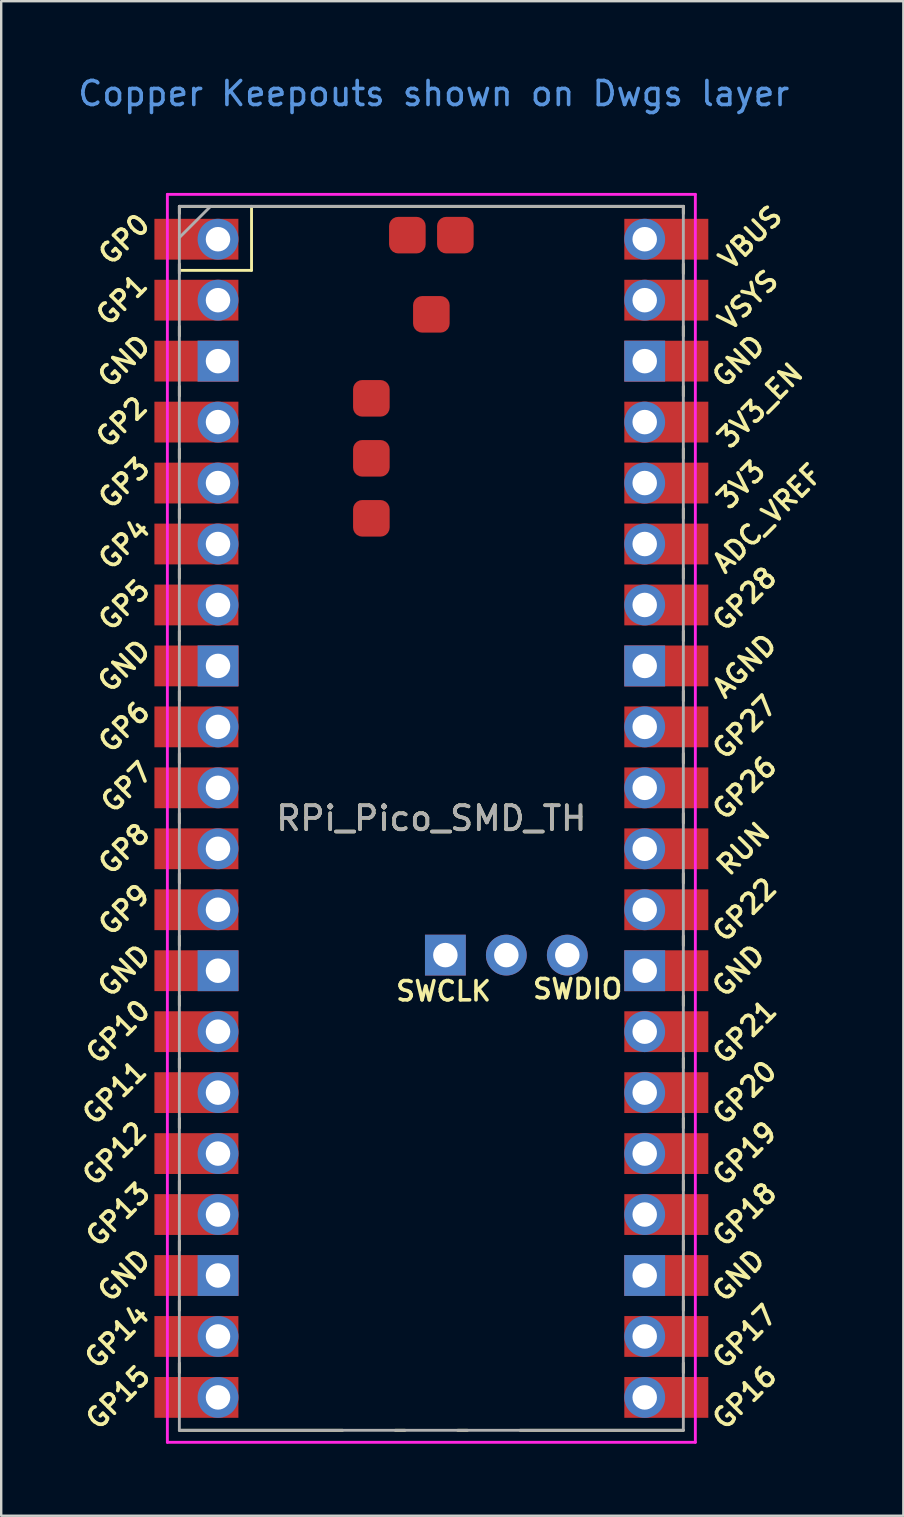
<source format=kicad_pcb>
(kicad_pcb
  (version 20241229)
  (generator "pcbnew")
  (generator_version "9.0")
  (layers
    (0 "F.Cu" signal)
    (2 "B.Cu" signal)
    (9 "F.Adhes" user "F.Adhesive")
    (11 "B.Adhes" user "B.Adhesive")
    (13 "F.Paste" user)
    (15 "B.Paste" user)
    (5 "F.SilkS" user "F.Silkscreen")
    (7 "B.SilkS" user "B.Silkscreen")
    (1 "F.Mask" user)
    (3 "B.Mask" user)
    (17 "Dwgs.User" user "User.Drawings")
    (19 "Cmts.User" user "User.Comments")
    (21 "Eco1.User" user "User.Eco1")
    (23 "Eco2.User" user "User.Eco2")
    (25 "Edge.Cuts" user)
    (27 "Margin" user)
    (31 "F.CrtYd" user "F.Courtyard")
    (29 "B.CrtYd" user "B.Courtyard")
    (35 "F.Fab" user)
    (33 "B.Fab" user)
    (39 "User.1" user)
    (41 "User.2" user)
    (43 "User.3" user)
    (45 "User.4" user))
  (footprint "RPi_Pico_SMD_TH"
    (layer "F.Cu")
    (at 14.924 31.048)
    (property "Reference" "RPi_Pico_SMD_TH" (at 0 0 0) (layer "F.SilkS") (effects (font (size 1 1) (thickness 0.15))))
    (attr through_hole)
    (fp_line (start -10.5 -25.5) (end -10.5 -25.2) (stroke (width 0.12) (type solid)) (layer "F.SilkS"))
    (fp_line (start -10.5 -25.5) (end 10.5 -25.5) (stroke (width 0.12) (type solid)) (layer "F.SilkS"))
    (fp_line (start -10.5 -23.1) (end -10.5 -22.7) (stroke (width 0.12) (type solid)) (layer "F.SilkS"))
    (fp_line (start -10.5 -22.833) (end -7.493 -22.833) (stroke (width 0.12) (type solid)) (layer "F.SilkS"))
    (fp_line (start -10.5 -20.5) (end -10.5 -20.1) (stroke (width 0.12) (type solid)) (layer "F.SilkS"))
    (fp_line (start -10.5 -18) (end -10.5 -17.6) (stroke (width 0.12) (type solid)) (layer "F.SilkS"))
    (fp_line (start -10.5 -15.4) (end -10.5 -15) (stroke (width 0.12) (type solid)) (layer "F.SilkS"))
    (fp_line (start -10.5 -12.9) (end -10.5 -12.5) (stroke (width 0.12) (type solid)) (layer "F.SilkS"))
    (fp_line (start -10.5 -10.4) (end -10.5 -10) (stroke (width 0.12) (type solid)) (layer "F.SilkS"))
    (fp_line (start -10.5 -7.8) (end -10.5 -7.4) (stroke (width 0.12) (type solid)) (layer "F.SilkS"))
    (fp_line (start -10.5 -5.3) (end -10.5 -4.9) (stroke (width 0.12) (type solid)) (layer "F.SilkS"))
    (fp_line (start -10.5 -2.7) (end -10.5 -2.3) (stroke (width 0.12) (type solid)) (layer "F.SilkS"))
    (fp_line (start -10.5 -0.2) (end -10.5 0.2) (stroke (width 0.12) (type solid)) (layer "F.SilkS"))
    (fp_line (start -10.5 2.3) (end -10.5 2.7) (stroke (width 0.12) (type solid)) (layer "F.SilkS"))
    (fp_line (start -10.5 4.9) (end -10.5 5.3) (stroke (width 0.12) (type solid)) (layer "F.SilkS"))
    (fp_line (start -10.5 7.4) (end -10.5 7.8) (stroke (width 0.12) (type solid)) (layer "F.SilkS"))
    (fp_line (start -10.5 10) (end -10.5 10.4) (stroke (width 0.12) (type solid)) (layer "F.SilkS"))
    (fp_line (start -10.5 12.5) (end -10.5 12.9) (stroke (width 0.12) (type solid)) (layer "F.SilkS"))
    (fp_line (start -10.5 15.1) (end -10.5 15.5) (stroke (width 0.12) (type solid)) (layer "F.SilkS"))
    (fp_line (start -10.5 17.6) (end -10.5 18) (stroke (width 0.12) (type solid)) (layer "F.SilkS"))
    (fp_line (start -10.5 20.1) (end -10.5 20.5) (stroke (width 0.12) (type solid)) (layer "F.SilkS"))
    (fp_line (start -10.5 22.7) (end -10.5 23.1) (stroke (width 0.12) (type solid)) (layer "F.SilkS"))
    (fp_line (start -7.493 -22.833) (end -7.493 -25.5) (stroke (width 0.12) (type solid)) (layer "F.SilkS"))
    (fp_line (start -3.7 25.5) (end -10.5 25.5) (stroke (width 0.12) (type solid)) (layer "F.SilkS"))
    (fp_line (start -1.5 25.5) (end -1.1 25.5) (stroke (width 0.12) (type solid)) (layer "F.SilkS"))
    (fp_line (start 1.1 25.5) (end 1.5 25.5) (stroke (width 0.12) (type solid)) (layer "F.SilkS"))
    (fp_line (start 10.5 -25.5) (end 10.5 -25.2) (stroke (width 0.12) (type solid)) (layer "F.SilkS"))
    (fp_line (start 10.5 -23.1) (end 10.5 -22.7) (stroke (width 0.12) (type solid)) (layer "F.SilkS"))
    (fp_line (start 10.5 -20.5) (end 10.5 -20.1) (stroke (width 0.12) (type solid)) (layer "F.SilkS"))
    (fp_line (start 10.5 -18) (end 10.5 -17.6) (stroke (width 0.12) (type solid)) (layer "F.SilkS"))
    (fp_line (start 10.5 -15.4) (end 10.5 -15) (stroke (width 0.12) (type solid)) (layer "F.SilkS"))
    (fp_line (start 10.5 -12.9) (end 10.5 -12.5) (stroke (width 0.12) (type solid)) (layer "F.SilkS"))
    (fp_line (start 10.5 -10.4) (end 10.5 -10) (stroke (width 0.12) (type solid)) (layer "F.SilkS"))
    (fp_line (start 10.5 -7.8) (end 10.5 -7.4) (stroke (width 0.12) (type solid)) (layer "F.SilkS"))
    (fp_line (start 10.5 -5.3) (end 10.5 -4.9) (stroke (width 0.12) (type solid)) (layer "F.SilkS"))
    (fp_line (start 10.5 -2.7) (end 10.5 -2.3) (stroke (width 0.12) (type solid)) (layer "F.SilkS"))
    (fp_line (start 10.5 -0.2) (end 10.5 0.2) (stroke (width 0.12) (type solid)) (layer "F.SilkS"))
    (fp_line (start 10.5 2.3) (end 10.5 2.7) (stroke (width 0.12) (type solid)) (layer "F.SilkS"))
    (fp_line (start 10.5 4.9) (end 10.5 5.3) (stroke (width 0.12) (type solid)) (layer "F.SilkS"))
    (fp_line (start 10.5 7.4) (end 10.5 7.8) (stroke (width 0.12) (type solid)) (layer "F.SilkS"))
    (fp_line (start 10.5 10) (end 10.5 10.4) (stroke (width 0.12) (type solid)) (layer "F.SilkS"))
    (fp_line (start 10.5 12.5) (end 10.5 12.9) (stroke (width 0.12) (type solid)) (layer "F.SilkS"))
    (fp_line (start 10.5 15.1) (end 10.5 15.5) (stroke (width 0.12) (type solid)) (layer "F.SilkS"))
    (fp_line (start 10.5 17.6) (end 10.5 18) (stroke (width 0.12) (type solid)) (layer "F.SilkS"))
    (fp_line (start 10.5 20.1) (end 10.5 20.5) (stroke (width 0.12) (type solid)) (layer "F.SilkS"))
    (fp_line (start 10.5 22.7) (end 10.5 23.1) (stroke (width 0.12) (type solid)) (layer "F.SilkS"))
    (fp_line (start 10.5 25.5) (end 3.7 25.5) (stroke (width 0.12) (type solid)) (layer "F.SilkS"))
    (fp_line (start -11 -26) (end 11 -26) (stroke (width 0.12) (type solid)) (layer "F.CrtYd"))
    (fp_line (start -11 26) (end -11 -26) (stroke (width 0.12) (type solid)) (layer "F.CrtYd"))
    (fp_line (start 11 -26) (end 11 26) (stroke (width 0.12) (type solid)) (layer "F.CrtYd"))
    (fp_line (start 11 26) (end -11 26) (stroke (width 0.12) (type solid)) (layer "F.CrtYd"))
    (fp_line (start -10.5 -25.5) (end 10.5 -25.5) (stroke (width 0.12) (type solid)) (layer "F.Fab"))
    (fp_line (start -10.5 -24.2) (end -9.2 -25.5) (stroke (width 0.12) (type solid)) (layer "F.Fab"))
    (fp_line (start -10.5 25.5) (end -10.5 -25.5) (stroke (width 0.12) (type solid)) (layer "F.Fab"))
    (fp_line (start 10.5 -25.5) (end 10.5 25.5) (stroke (width 0.12) (type solid)) (layer "F.Fab"))
    (fp_line (start 10.5 25.5) (end -10.5 25.5) (stroke (width 0.12) (type solid)) (layer "F.Fab"))
    (fp_text user "GP10" (at -13.054 8.89 45) (layer "F.SilkS") (effects (font (size 0.8 0.8) (thickness 0.15))))
    (fp_text user "GND" (at -12.8 19.05 45) (layer "F.SilkS") (effects (font (size 0.8 0.8) (thickness 0.15))))
    (fp_text user "GP0" (at -12.8 -24.13 45) (layer "F.SilkS") (effects (font (size 0.8 0.8) (thickness 0.15))))
    (fp_text user "SWCLK" (at 0.508 7.2 0) (layer "F.SilkS") (effects (font (size 0.8 0.8) (thickness 0.15))))
    (fp_text user "GP2" (at -12.9 -16.51 45) (layer "F.SilkS") (effects (font (size 0.8 0.8) (thickness 0.15))))
    (fp_text user "GP9" (at -12.8 3.81 45) (layer "F.SilkS") (effects (font (size 0.8 0.8) (thickness 0.15))))
    (fp_text user "GP28" (at 13.054 -9.144 45) (layer "F.SilkS") (effects (font (size 0.8 0.8) (thickness 0.15))))
    (fp_text user "RUN" (at 13 1.27 45) (layer "F.SilkS") (effects (font (size 0.8 0.8) (thickness 0.15))))
    (fp_text user "GP4" (at -12.8 -11.43 45) (layer "F.SilkS") (effects (font (size 0.8 0.8) (thickness 0.15))))
    (fp_text user "GP21" (at 13.054 8.9 45) (layer "F.SilkS") (effects (font (size 0.8 0.8) (thickness 0.15))))
    (fp_text user "ADC_VREF" (at 14 -12.5 45) (layer "F.SilkS") (effects (font (size 0.8 0.8) (thickness 0.15))))
    (fp_text user "GND" (at -12.8 6.35 45) (layer "F.SilkS") (effects (font (size 0.8 0.8) (thickness 0.15))))
    (fp_text user "3V3_EN" (at 13.7 -17.2 45) (layer "F.SilkS") (effects (font (size 0.8 0.8) (thickness 0.15))))
    (fp_text user "GP7" (at -12.7 -1.3 45) (layer "F.SilkS") (effects (font (size 0.8 0.8) (thickness 0.15))))
    (fp_text user "GP12" (at -13.2 13.97 45) (layer "F.SilkS") (effects (font (size 0.8 0.8) (thickness 0.15))))
    (fp_text user "SWDIO" (at 6.096 7.112 0) (layer "F.SilkS") (effects (font (size 0.8 0.8) (thickness 0.15))))
    (fp_text user "GND" (at 12.8 19.05 45) (layer "F.SilkS") (effects (font (size 0.8 0.8) (thickness 0.15))))
    (fp_text user "GP26" (at 13.054 -1.27 45) (layer "F.SilkS") (effects (font (size 0.8 0.8) (thickness 0.15))))
    (fp_text user "GP19" (at 13.054 13.97 45) (layer "F.SilkS") (effects (font (size 0.8 0.8) (thickness 0.15))))
    (fp_text user "GP3" (at -12.8 -13.97 45) (layer "F.SilkS") (effects (font (size 0.8 0.8) (thickness 0.15))))
    (fp_text user "GP15" (at -13.054 24.13 45) (layer "F.SilkS") (effects (font (size 0.8 0.8) (thickness 0.15))))
    (fp_text user "GP11" (at -13.2 11.43 45) (layer "F.SilkS") (effects (font (size 0.8 0.8) (thickness 0.15))))
    (fp_text user "GP20" (at 13.054 11.43 45) (layer "F.SilkS") (effects (font (size 0.8 0.8) (thickness 0.15))))
    (fp_text user "GP22" (at 13.054 3.81 45) (layer "F.SilkS") (effects (font (size 0.8 0.8) (thickness 0.15))))
    (fp_text user "GP13" (at -13.054 16.51 45) (layer "F.SilkS") (effects (font (size 0.8 0.8) (thickness 0.15))))
    (fp_text user "GP18" (at 13.054 16.51 45) (layer "F.SilkS") (effects (font (size 0.8 0.8) (thickness 0.15))))
    (fp_text user "VSYS" (at 13.2 -21.59 45) (layer "F.SilkS") (effects (font (size 0.8 0.8) (thickness 0.15))))
    (fp_text user "GP16" (at 13.054 24.13 45) (layer "F.SilkS") (effects (font (size 0.8 0.8) (thickness 0.15))))
    (fp_text user "GP6" (at -12.8 -3.81 45) (layer "F.SilkS") (effects (font (size 0.8 0.8) (thickness 0.15))))
    (fp_text user "GND" (at -12.8 -19.05 45) (layer "F.SilkS") (effects (font (size 0.8 0.8) (thickness 0.15))))
    (fp_text user "3V3" (at 12.9 -13.9 45) (layer "F.SilkS") (effects (font (size 0.8 0.8) (thickness 0.15))))
    (fp_text user "GP27" (at 13.054 -3.8 45) (layer "F.SilkS") (effects (font (size 0.8 0.8) (thickness 0.15))))
    (fp_text user "GND" (at 12.8 -19.05 45) (layer "F.SilkS") (effects (font (size 0.8 0.8) (thickness 0.15))))
    (fp_text user "GND" (at 12.8 6.35 45) (layer "F.SilkS") (effects (font (size 0.8 0.8) (thickness 0.15))))
    (fp_text user "GP17" (at 13.054 21.59 45) (layer "F.SilkS") (effects (font (size 0.8 0.8) (thickness 0.15))))
    (fp_text user "GP5" (at -12.8 -8.89 45) (layer "F.SilkS") (effects (font (size 0.8 0.8) (thickness 0.15))))
    (fp_text user "GND" (at -12.8 -6.35 45) (layer "F.SilkS") (effects (font (size 0.8 0.8) (thickness 0.15))))
    (fp_text user "AGND" (at 13.054 -6.35 45) (layer "F.SilkS") (effects (font (size 0.8 0.8) (thickness 0.15))))
    (fp_text user "GP1" (at -12.9 -21.6 45) (layer "F.SilkS") (effects (font (size 0.8 0.8) (thickness 0.15))))
    (fp_text user "VBUS" (at 13.3 -24.2 45) (layer "F.SilkS") (effects (font (size 0.8 0.8) (thickness 0.15))))
    (fp_text user "GP14" (at -13.1 21.59 45) (layer "F.SilkS") (effects (font (size 0.8 0.8) (thickness 0.15))))
    (fp_text user "GP8" (at -12.8 1.27 45) (layer "F.SilkS") (effects (font (size 0.8 0.8) (thickness 0.15))))
    (fp_text user "Copper Keepouts shown on Dwgs layer" (at 0.1 -30.2 0) (layer "Cmts.User") (effects (font (size 1 1) (thickness 0.15))))
    (fp_text user "${REFERENCE}" (at 0 0 180) (layer "F.Fab") (effects (font (size 1 1) (thickness 0.15))))
    (pad "1" thru_hole oval (at -8.89 -24.13) (size 1.7 1.7) (drill 1.02) (layers "*.Cu" "*.Mask"))
    (pad "1" smd rect (at -8.89 -24.13) (size 3.5 1.7) (drill (offset -0.9 0)) (layers "F.Cu" "F.Mask"))
    (pad "2" thru_hole oval (at -8.89 -21.59) (size 1.7 1.7) (drill 1.02) (layers "*.Cu" "*.Mask"))
    (pad "2" smd rect (at -8.89 -21.59) (size 3.5 1.7) (drill (offset -0.9 0)) (layers "F.Cu" "F.Mask"))
    (pad "3" thru_hole rect (at -8.89 -19.05) (size 1.7 1.7) (drill 1.02) (layers "*.Cu" "*.Mask"))
    (pad "3" smd rect (at -8.89 -19.05) (size 3.5 1.7) (drill (offset -0.9 0)) (layers "F.Cu" "F.Mask"))
    (pad "4" thru_hole oval (at -8.89 -16.51) (size 1.7 1.7) (drill 1.02) (layers "*.Cu" "*.Mask"))
    (pad "4" smd rect (at -8.89 -16.51) (size 3.5 1.7) (drill (offset -0.9 0)) (layers "F.Cu" "F.Mask"))
    (pad "5" thru_hole oval (at -8.89 -13.97) (size 1.7 1.7) (drill 1.02) (layers "*.Cu" "*.Mask"))
    (pad "5" smd rect (at -8.89 -13.97) (size 3.5 1.7) (drill (offset -0.9 0)) (layers "F.Cu" "F.Mask"))
    (pad "6" thru_hole oval (at -8.89 -11.43) (size 1.7 1.7) (drill 1.02) (layers "*.Cu" "*.Mask"))
    (pad "6" smd rect (at -8.89 -11.43) (size 3.5 1.7) (drill (offset -0.9 0)) (layers "F.Cu" "F.Mask"))
    (pad "7" thru_hole oval (at -8.89 -8.89) (size 1.7 1.7) (drill 1.02) (layers "*.Cu" "*.Mask"))
    (pad "7" smd rect (at -8.89 -8.89) (size 3.5 1.7) (drill (offset -0.9 0)) (layers "F.Cu" "F.Mask"))
    (pad "8" thru_hole rect (at -8.89 -6.35) (size 1.7 1.7) (drill 1.02) (layers "*.Cu" "*.Mask"))
    (pad "8" smd rect (at -8.89 -6.35) (size 3.5 1.7) (drill (offset -0.9 0)) (layers "F.Cu" "F.Mask"))
    (pad "9" thru_hole oval (at -8.89 -3.81) (size 1.7 1.7) (drill 1.02) (layers "*.Cu" "*.Mask"))
    (pad "9" smd rect (at -8.89 -3.81) (size 3.5 1.7) (drill (offset -0.9 0)) (layers "F.Cu" "F.Mask"))
    (pad "10" thru_hole oval (at -8.89 -1.27) (size 1.7 1.7) (drill 1.02) (layers "*.Cu" "*.Mask"))
    (pad "10" smd rect (at -8.89 -1.27) (size 3.5 1.7) (drill (offset -0.9 0)) (layers "F.Cu" "F.Mask"))
    (pad "11" thru_hole oval (at -8.89 1.27) (size 1.7 1.7) (drill 1.02) (layers "*.Cu" "*.Mask"))
    (pad "11" smd rect (at -8.89 1.27) (size 3.5 1.7) (drill (offset -0.9 0)) (layers "F.Cu" "F.Mask"))
    (pad "12" thru_hole oval (at -8.89 3.81) (size 1.7 1.7) (drill 1.02) (layers "*.Cu" "*.Mask"))
    (pad "12" smd rect (at -8.89 3.81) (size 3.5 1.7) (drill (offset -0.9 0)) (layers "F.Cu" "F.Mask"))
    (pad "13" thru_hole rect (at -8.89 6.35) (size 1.7 1.7) (drill 1.02) (layers "*.Cu" "*.Mask"))
    (pad "13" smd rect (at -8.89 6.35) (size 3.5 1.7) (drill (offset -0.9 0)) (layers "F.Cu" "F.Mask"))
    (pad "14" thru_hole oval (at -8.89 8.89) (size 1.7 1.7) (drill 1.02) (layers "*.Cu" "*.Mask"))
    (pad "14" smd rect (at -8.89 8.89) (size 3.5 1.7) (drill (offset -0.9 0)) (layers "F.Cu" "F.Mask"))
    (pad "15" thru_hole oval (at -8.89 11.43) (size 1.7 1.7) (drill 1.02) (layers "*.Cu" "*.Mask"))
    (pad "15" smd rect (at -8.89 11.43) (size 3.5 1.7) (drill (offset -0.9 0)) (layers "F.Cu" "F.Mask"))
    (pad "16" thru_hole oval (at -8.89 13.97) (size 1.7 1.7) (drill 1.02) (layers "*.Cu" "*.Mask"))
    (pad "16" smd rect (at -8.89 13.97) (size 3.5 1.7) (drill (offset -0.9 0)) (layers "F.Cu" "F.Mask"))
    (pad "17" thru_hole oval (at -8.89 16.51) (size 1.7 1.7) (drill 1.02) (layers "*.Cu" "*.Mask"))
    (pad "17" smd rect (at -8.89 16.51) (size 3.5 1.7) (drill (offset -0.9 0)) (layers "F.Cu" "F.Mask"))
    (pad "18" thru_hole rect (at -8.89 19.05) (size 1.7 1.7) (drill 1.02) (layers "*.Cu" "*.Mask"))
    (pad "18" smd rect (at -8.89 19.05) (size 3.5 1.7) (drill (offset -0.9 0)) (layers "F.Cu" "F.Mask"))
    (pad "19" thru_hole oval (at -8.89 21.59) (size 1.7 1.7) (drill 1.02) (layers "*.Cu" "*.Mask"))
    (pad "19" smd rect (at -8.89 21.59) (size 3.5 1.7) (drill (offset -0.9 0)) (layers "F.Cu" "F.Mask"))
    (pad "20" thru_hole oval (at -8.89 24.13) (size 1.7 1.7) (drill 1.02) (layers "*.Cu" "*.Mask"))
    (pad "20" smd rect (at -8.89 24.13) (size 3.5 1.7) (drill (offset -0.9 0)) (layers "F.Cu" "F.Mask"))
    (pad "21" thru_hole oval (at 8.89 24.13) (size 1.7 1.7) (drill 1.02) (layers "*.Cu" "*.Mask"))
    (pad "21" smd rect (at 8.89 24.13) (size 3.5 1.7) (drill (offset 0.9 0)) (layers "F.Cu" "F.Mask"))
    (pad "22" thru_hole oval (at 8.89 21.59) (size 1.7 1.7) (drill 1.02) (layers "*.Cu" "*.Mask"))
    (pad "22" smd rect (at 8.89 21.59) (size 3.5 1.7) (drill (offset 0.9 0)) (layers "F.Cu" "F.Mask"))
    (pad "23" thru_hole rect (at 8.89 19.05) (size 1.7 1.7) (drill 1.02) (layers "*.Cu" "*.Mask"))
    (pad "23" smd rect (at 8.89 19.05) (size 3.5 1.7) (drill (offset 0.9 0)) (layers "F.Cu" "F.Mask"))
    (pad "24" thru_hole oval (at 8.89 16.51) (size 1.7 1.7) (drill 1.02) (layers "*.Cu" "*.Mask"))
    (pad "24" smd rect (at 8.89 16.51) (size 3.5 1.7) (drill (offset 0.9 0)) (layers "F.Cu" "F.Mask"))
    (pad "25" thru_hole oval (at 8.89 13.97) (size 1.7 1.7) (drill 1.02) (layers "*.Cu" "*.Mask"))
    (pad "25" smd rect (at 8.89 13.97) (size 3.5 1.7) (drill (offset 0.9 0)) (layers "F.Cu" "F.Mask"))
    (pad "26" thru_hole oval (at 8.89 11.43) (size 1.7 1.7) (drill 1.02) (layers "*.Cu" "*.Mask"))
    (pad "26" smd rect (at 8.89 11.43) (size 3.5 1.7) (drill (offset 0.9 0)) (layers "F.Cu" "F.Mask"))
    (pad "27" thru_hole oval (at 8.89 8.89) (size 1.7 1.7) (drill 1.02) (layers "*.Cu" "*.Mask"))
    (pad "27" smd rect (at 8.89 8.89) (size 3.5 1.7) (drill (offset 0.9 0)) (layers "F.Cu" "F.Mask"))
    (pad "28" thru_hole rect (at 8.89 6.35) (size 1.7 1.7) (drill 1.02) (layers "*.Cu" "*.Mask"))
    (pad "28" smd rect (at 8.89 6.35) (size 3.5 1.7) (drill (offset 0.9 0)) (layers "F.Cu" "F.Mask"))
    (pad "29" thru_hole oval (at 8.89 3.81) (size 1.7 1.7) (drill 1.02) (layers "*.Cu" "*.Mask"))
    (pad "29" smd rect (at 8.89 3.81) (size 3.5 1.7) (drill (offset 0.9 0)) (layers "F.Cu" "F.Mask"))
    (pad "30" thru_hole oval (at 8.89 1.27) (size 1.7 1.7) (drill 1.02) (layers "*.Cu" "*.Mask"))
    (pad "30" smd rect (at 8.89 1.27) (size 3.5 1.7) (drill (offset 0.9 0)) (layers "F.Cu" "F.Mask"))
    (pad "31" thru_hole oval (at 8.89 -1.27) (size 1.7 1.7) (drill 1.02) (layers "*.Cu" "*.Mask"))
    (pad "31" smd rect (at 8.89 -1.27) (size 3.5 1.7) (drill (offset 0.9 0)) (layers "F.Cu" "F.Mask"))
    (pad "32" thru_hole oval (at 8.89 -3.81) (size 1.7 1.7) (drill 1.02) (layers "*.Cu" "*.Mask"))
    (pad "32" smd rect (at 8.89 -3.81) (size 3.5 1.7) (drill (offset 0.9 0)) (layers "F.Cu" "F.Mask"))
    (pad "33" thru_hole rect (at 8.89 -6.35) (size 1.7 1.7) (drill 1.02) (layers "*.Cu" "*.Mask"))
    (pad "33" smd rect (at 8.89 -6.35) (size 3.5 1.7) (drill (offset 0.9 0)) (layers "F.Cu" "F.Mask"))
    (pad "34" thru_hole oval (at 8.89 -8.89) (size 1.7 1.7) (drill 1.02) (layers "*.Cu" "*.Mask"))
    (pad "34" smd rect (at 8.89 -8.89) (size 3.5 1.7) (drill (offset 0.9 0)) (layers "F.Cu" "F.Mask"))
    (pad "35" thru_hole oval (at 8.89 -11.43) (size 1.7 1.7) (drill 1.02) (layers "*.Cu" "*.Mask"))
    (pad "35" smd rect (at 8.89 -11.43) (size 3.5 1.7) (drill (offset 0.9 0)) (layers "F.Cu" "F.Mask"))
    (pad "36" thru_hole oval (at 8.89 -13.97) (size 1.7 1.7) (drill 1.02) (layers "*.Cu" "*.Mask"))
    (pad "36" smd rect (at 8.89 -13.97) (size 3.5 1.7) (drill (offset 0.9 0)) (layers "F.Cu" "F.Mask"))
    (pad "37" thru_hole oval (at 8.89 -16.51) (size 1.7 1.7) (drill 1.02) (layers "*.Cu" "*.Mask"))
    (pad "37" smd rect (at 8.89 -16.51) (size 3.5 1.7) (drill (offset 0.9 0)) (layers "F.Cu" "F.Mask"))
    (pad "38" thru_hole rect (at 8.89 -19.05) (size 1.7 1.7) (drill 1.02) (layers "*.Cu" "*.Mask"))
    (pad "38" smd rect (at 8.89 -19.05) (size 3.5 1.7) (drill (offset 0.9 0)) (layers "F.Cu" "F.Mask"))
    (pad "39" thru_hole oval (at 8.89 -21.59) (size 1.7 1.7) (drill 1.02) (layers "*.Cu" "*.Mask"))
    (pad "39" smd rect (at 8.89 -21.59) (size 3.5 1.7) (drill (offset 0.9 0)) (layers "F.Cu" "F.Mask"))
    (pad "40" thru_hole oval (at 8.89 -24.13) (size 1.7 1.7) (drill 1.02) (layers "*.Cu" "*.Mask"))
    (pad "40" smd rect (at 8.89 -24.13) (size 3.5 1.7) (drill (offset 0.9 0)) (layers "F.Cu" "F.Mask"))
    (pad "41" thru_hole rect (at 0.584 5.7) (size 1.7 1.7) (drill 1.02) (layers "*.Cu" "*.Mask"))
    (pad "42" thru_hole circle (at 3.124 5.7) (size 1.7 1.7) (drill 1.02) (layers "*.Cu" "*.Mask"))
    (pad "43" thru_hole oval (at 5.664 5.7) (size 1.7 1.7) (drill 1.02) (layers "*.Cu" "*.Mask"))
    (pad "TP1" smd roundrect (at -1 -24.3) (size 1.524 1.524) (layers "F.Cu" "F.Mask") (roundrect_rratio 0.25))
    (pad "TP2" smd roundrect (at 1 -24.3) (size 1.524 1.524) (layers "F.Cu" "F.Mask") (roundrect_rratio 0.25))
    (pad "TP3" smd roundrect (at 0 -21) (size 1.524 1.524) (layers "F.Cu" "F.Mask") (roundrect_rratio 0.25))
    (pad "TP4" smd roundrect (at -2.5 -17.5) (size 1.524 1.524) (layers "F.Cu" "F.Mask") (roundrect_rratio 0.25))
    (pad "TP5" smd roundrect (at -2.5 -15) (size 1.524 1.524) (layers "F.Cu" "F.Mask") (roundrect_rratio 0.25))
    (pad "TP6" smd roundrect (at -2.5 -12.5) (size 1.524 1.524) (layers "F.Cu" "F.Mask") (roundrect_rratio 0.25)))
  (gr_rect
    (start -3 -3)
    (end 34.591 60.108)
    (stroke (width 0.1) (type default))
    (fill no)
    (layer "Edge.Cuts")))
</source>
